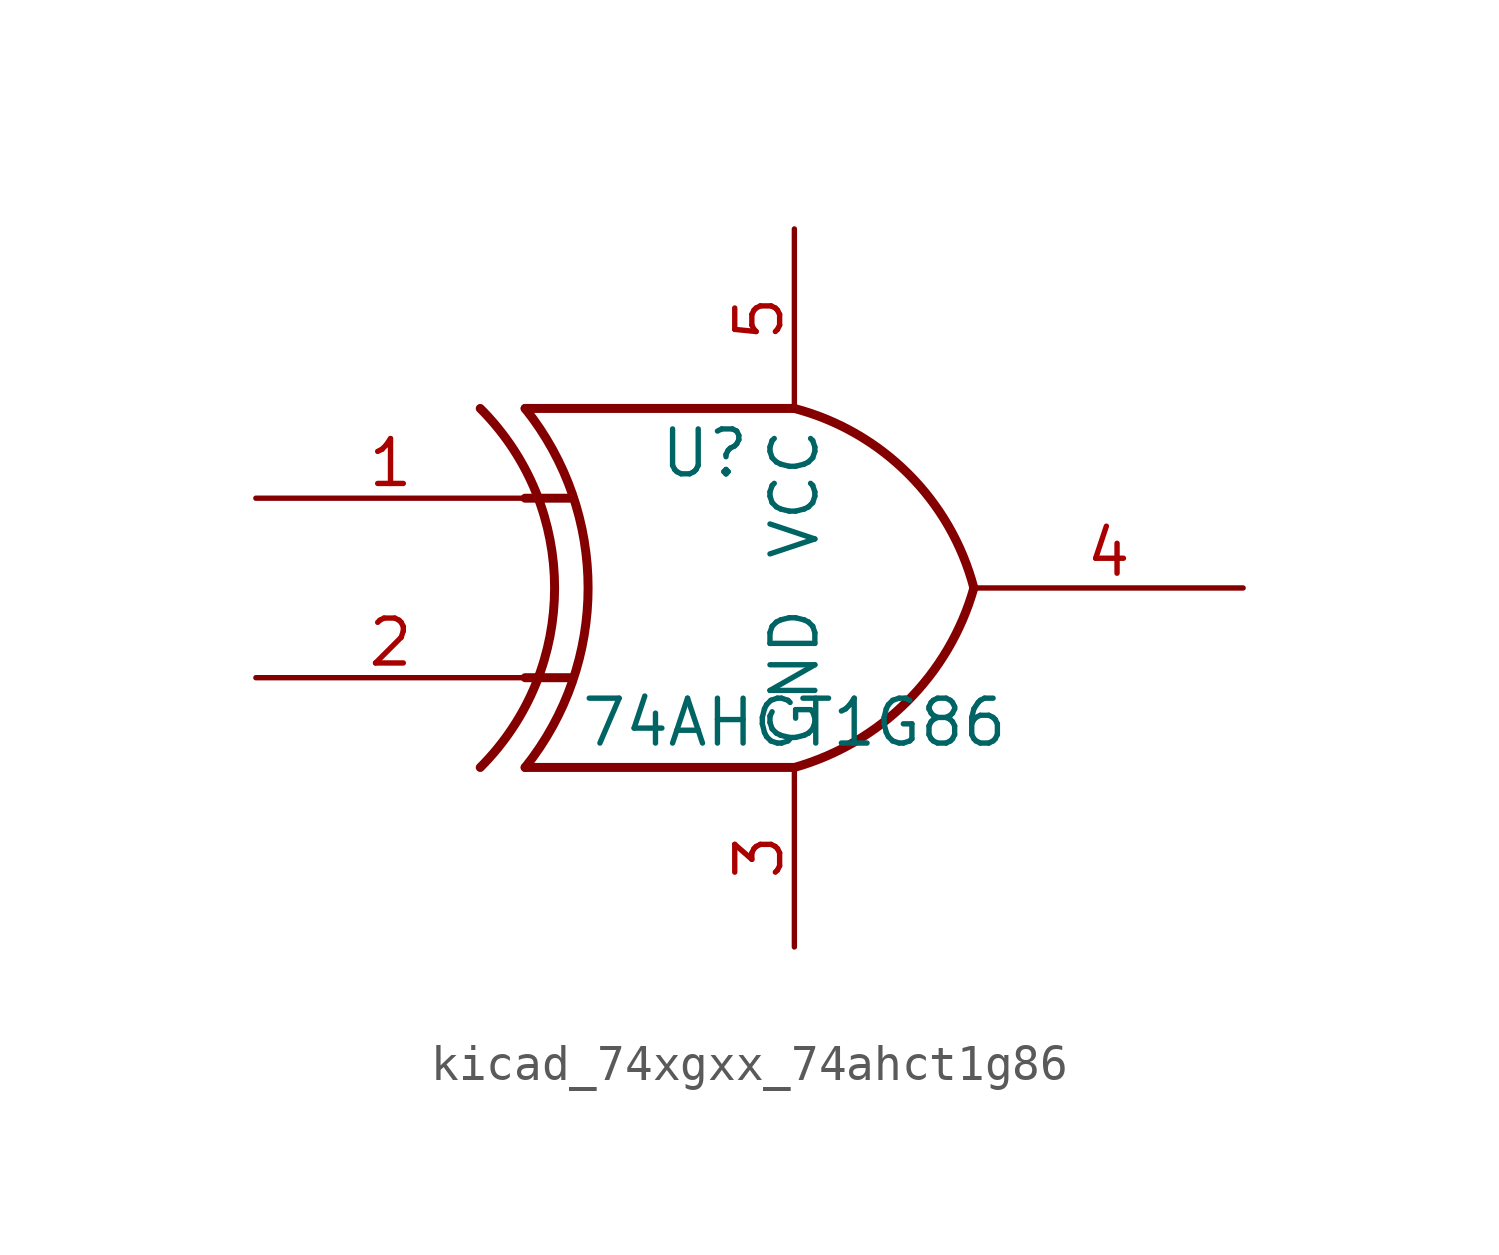
<source format=kicad_sym>
(kicad_symbol_lib
  (version 20220914)
  (generator kicad_symbol_editor)
  (symbol "kicad_74xgxx_74ahct1g86"
    (property "Reference" "U"
      (at -2.54 3.81 0)
      (effects (font (size 1.27 1.27))))
    (property "Value" "74AHCT1G86"
      (at 0 -3.81 0)
      (effects (font (size 1.27 1.27))))
    (symbol "kicad_74xgxx_74ahct1g86_0_1"
      (arc (start -8.89 -5.08) (mid -6.7858 0) (end -8.89 5.08) (stroke (width 0.254) (type default)) (fill (type none)))
      (arc (start -7.62 -5.08) (mid -5.838 0) (end -7.62 5.08) (stroke (width 0.254) (type default)) (fill (type none)))
      (arc (start 0 -5.08) (mid 3.1986 -3.2054) (end 5.08 0) (stroke (width 0.254) (type default)) (fill (type none)))
      (polyline (pts (xy -7.62 -2.54) (xy -6.35 -2.54)) (stroke (width 0.254) (type default)) (fill (type background)))
      (polyline (pts (xy -7.62 2.54) (xy -6.35 2.54)) (stroke (width 0.254) (type default)) (fill (type background)))
      (polyline (pts (xy 0 -5.08) (xy -7.62 -5.08)) (stroke (width 0.254) (type default)) (fill (type background)))
      (polyline (pts (xy 0 5.08) (xy -7.62 5.08)) (stroke (width 0.254) (type default)) (fill (type background)))
      (arc (start 5.08 0) (mid 3.2238 3.2304) (end 0 5.08) (stroke (width 0.254) (type default)) (fill (type none))))
    (symbol "kicad_74xgxx_74ahct1g86_1_1"
      (pin input line (at -15.24 2.54 0) (length 7.62) (name "~" (effects (font (size 1.27 1.27)))) (number "1" (effects (font (size 1.27 1.27)))))
      (pin input line (at -15.24 -2.54 0) (length 7.62) (name "~" (effects (font (size 1.27 1.27)))) (number "2" (effects (font (size 1.27 1.27)))))
      (pin power_in line (at 0 -10.16 90) (length 5.08) (name "GND" (effects (font (size 1.27 1.27)))) (number "3" (effects (font (size 1.27 1.27)))))
      (pin output line (at 12.7 0 180) (length 7.62) (name "~" (effects (font (size 1.27 1.27)))) (number "4" (effects (font (size 1.27 1.27)))))
      (pin power_in line (at 0 10.16 270) (length 5.08) (name "VCC" (effects (font (size 1.27 1.27)))) (number "5" (effects (font (size 1.27 1.27))))))))
</source>
